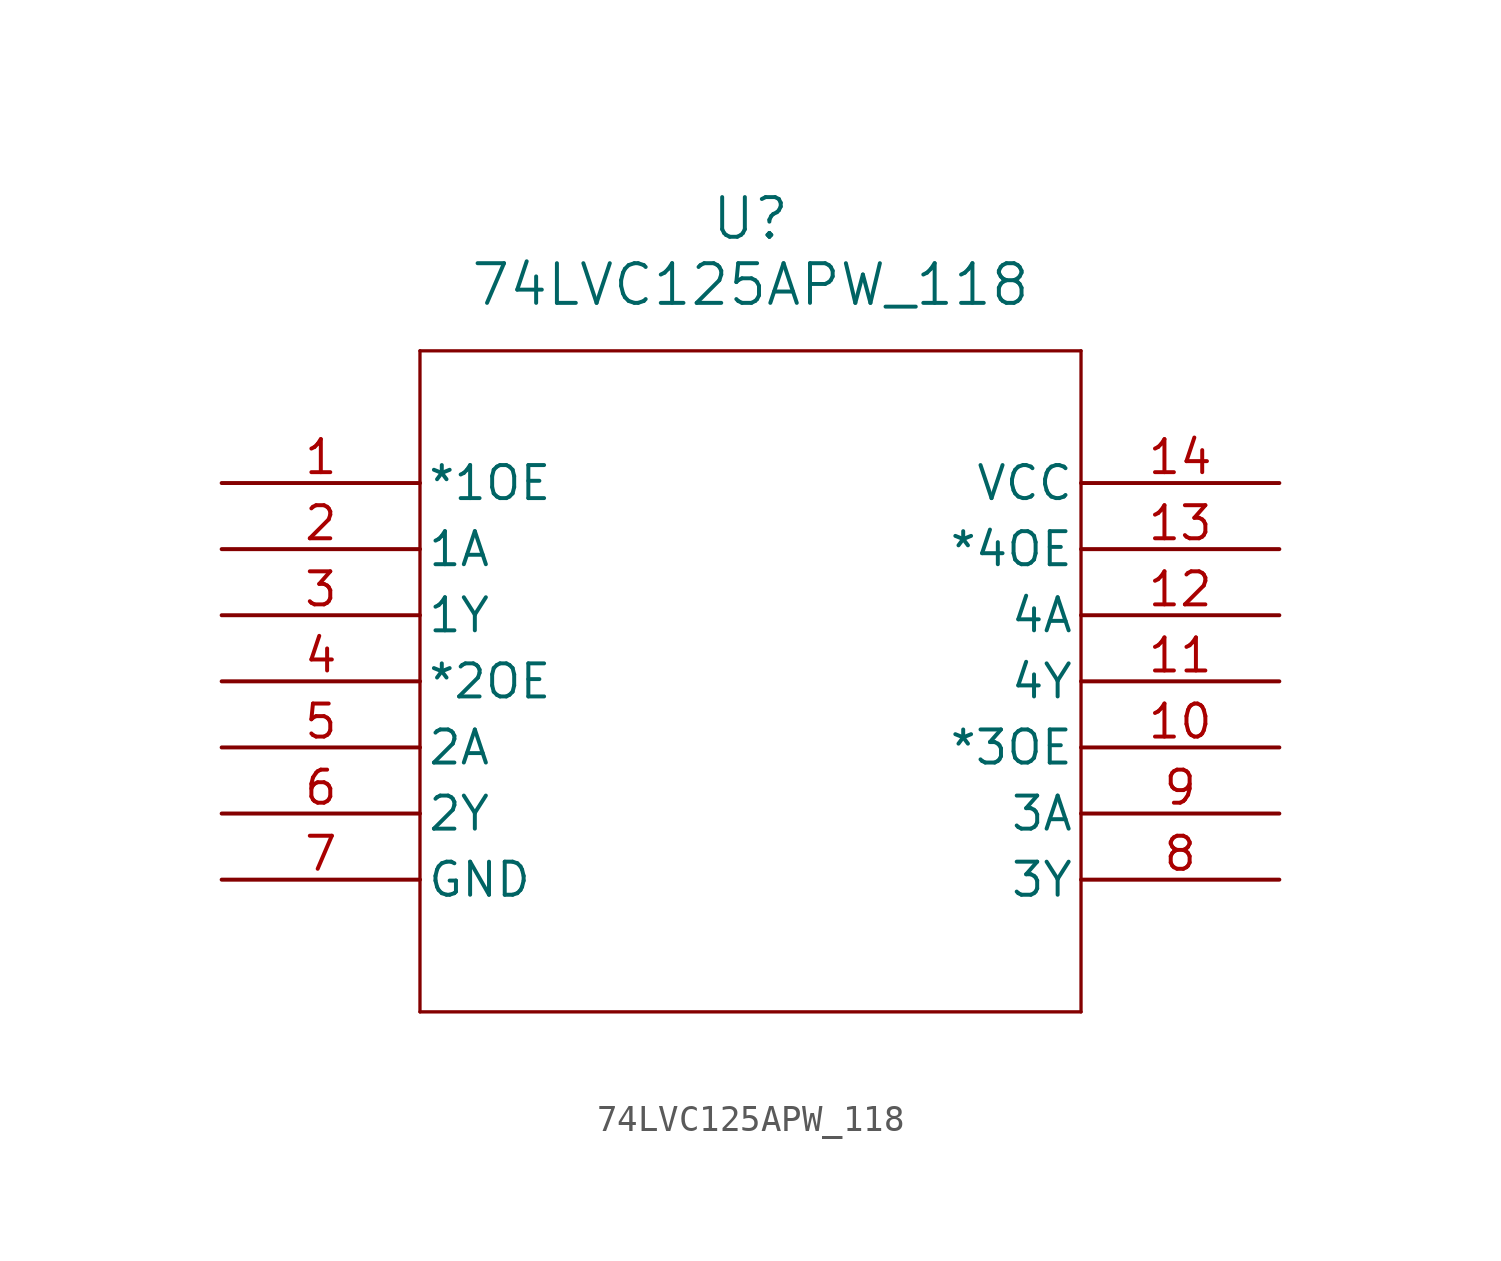
<source format=kicad_sym>
(kicad_symbol_lib
  (version 20211014)
  (generator kicad_symbol_editor)
  (symbol "74LVC125APW_118"
    (pin_names
      (offset 0.254))
    (property "Reference" "U"
      (at 20.32 10.16 0)
      (effects (font (size 1.524 1.524))))
    (property "Value" "74LVC125APW_118"
      (at 20.32 7.62 0)
      (effects (font (size 1.524 1.524))))
    (symbol "74LVC125APW_118_0_1"
      (polyline (pts (xy 7.62 5.08) (xy 7.62 -20.32)) (stroke (width 0.127) (type default) (color 0 0 0 0)) (fill (type none)))
      (polyline (pts (xy 7.62 -20.32) (xy 33.02 -20.32)) (stroke (width 0.127) (type default) (color 0 0 0 0)) (fill (type none)))
      (polyline (pts (xy 33.02 -20.32) (xy 33.02 5.08)) (stroke (width 0.127) (type default) (color 0 0 0 0)) (fill (type none)))
      (polyline (pts (xy 33.02 5.08) (xy 7.62 5.08)) (stroke (width 0.127) (type default) (color 0 0 0 0)) (fill (type none)))
      (pin input line (at 0 0 0) (length 7.62) (name "*1OE" (effects (font (size 1.27 1.27)))) (number "1" (effects (font (size 1.27 1.27)))))
      (pin input line (at 0 -2.54 0) (length 7.62) (name "1A" (effects (font (size 1.27 1.27)))) (number "2" (effects (font (size 1.27 1.27)))))
      (pin output line (at 0 -5.08 0) (length 7.62) (name "1Y" (effects (font (size 1.27 1.27)))) (number "3" (effects (font (size 1.27 1.27)))))
      (pin input line (at 0 -7.62 0) (length 7.62) (name "*2OE" (effects (font (size 1.27 1.27)))) (number "4" (effects (font (size 1.27 1.27)))))
      (pin input line (at 0 -10.16 0) (length 7.62) (name "2A" (effects (font (size 1.27 1.27)))) (number "5" (effects (font (size 1.27 1.27)))))
      (pin output line (at 0 -12.7 0) (length 7.62) (name "2Y" (effects (font (size 1.27 1.27)))) (number "6" (effects (font (size 1.27 1.27)))))
      (pin power_out line (at 0 -15.24 0) (length 7.62) (name "GND" (effects (font (size 1.27 1.27)))) (number "7" (effects (font (size 1.27 1.27)))))
      (pin output line (at 40.64 -15.24 180) (length 7.62) (name "3Y" (effects (font (size 1.27 1.27)))) (number "8" (effects (font (size 1.27 1.27)))))
      (pin input line (at 40.64 -12.7 180) (length 7.62) (name "3A" (effects (font (size 1.27 1.27)))) (number "9" (effects (font (size 1.27 1.27)))))
      (pin input line (at 40.64 -10.16 180) (length 7.62) (name "*3OE" (effects (font (size 1.27 1.27)))) (number "10" (effects (font (size 1.27 1.27)))))
      (pin output line (at 40.64 -7.62 180) (length 7.62) (name "4Y" (effects (font (size 1.27 1.27)))) (number "11" (effects (font (size 1.27 1.27)))))
      (pin input line (at 40.64 -5.08 180) (length 7.62) (name "4A" (effects (font (size 1.27 1.27)))) (number "12" (effects (font (size 1.27 1.27)))))
      (pin input line (at 40.64 -2.54 180) (length 7.62) (name "*4OE" (effects (font (size 1.27 1.27)))) (number "13" (effects (font (size 1.27 1.27)))))
      (pin power_in line (at 40.64 0 180) (length 7.62) (name "VCC" (effects (font (size 1.27 1.27)))) (number "14" (effects (font (size 1.27 1.27))))))))
</source>
